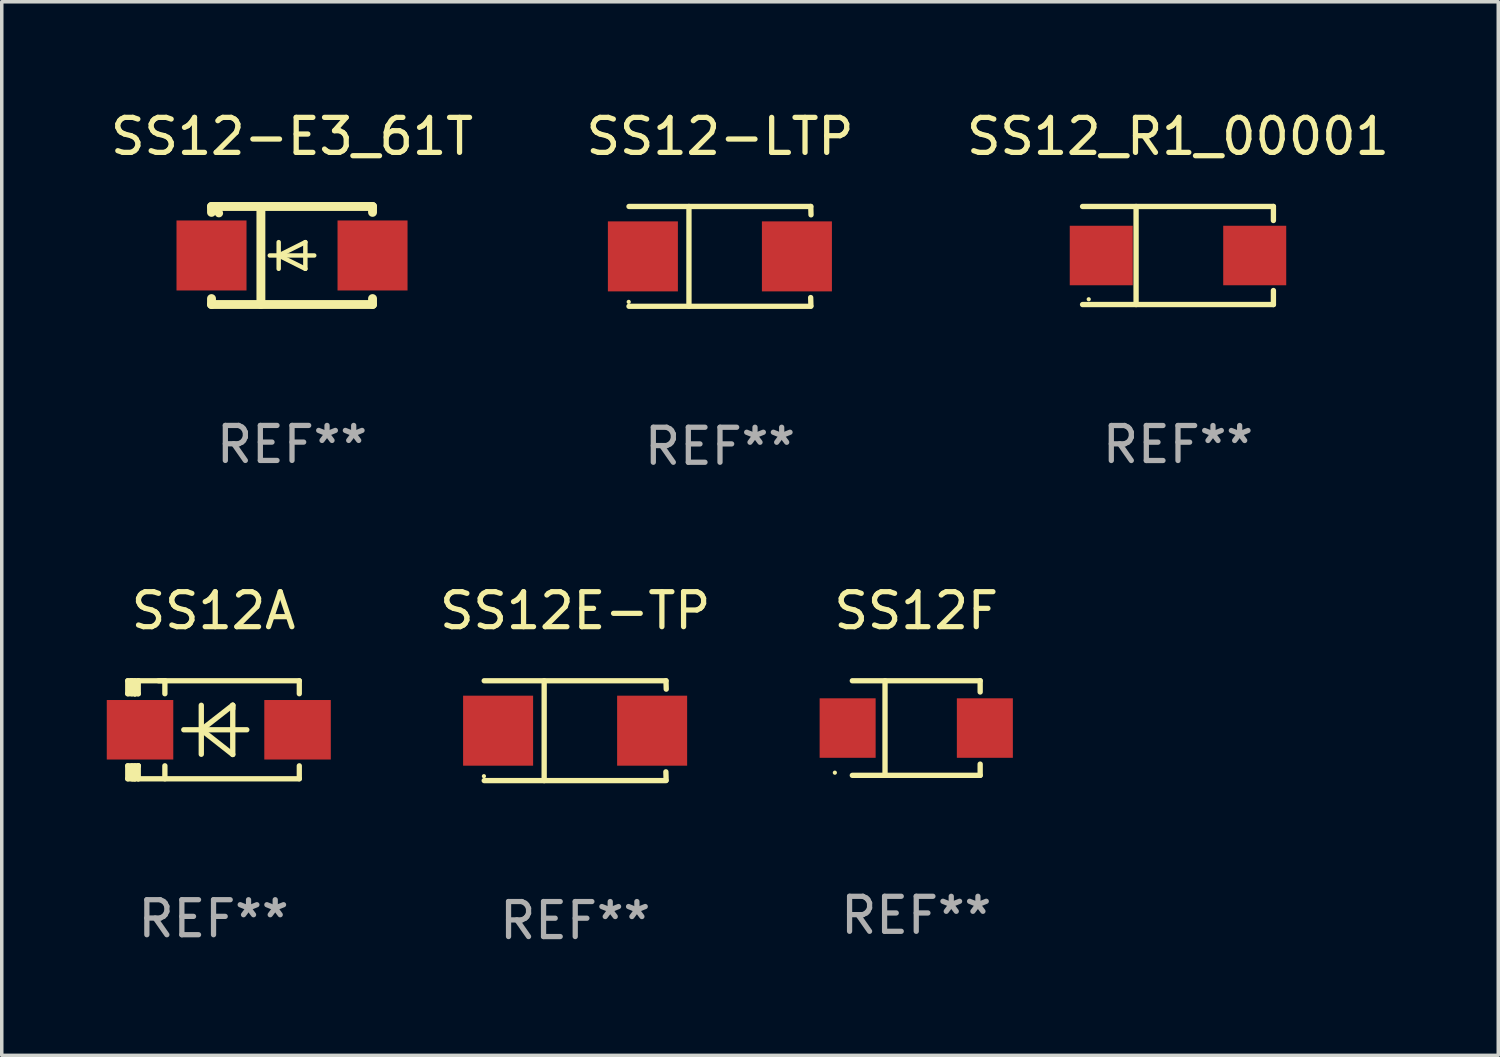
<source format=kicad_pcb>
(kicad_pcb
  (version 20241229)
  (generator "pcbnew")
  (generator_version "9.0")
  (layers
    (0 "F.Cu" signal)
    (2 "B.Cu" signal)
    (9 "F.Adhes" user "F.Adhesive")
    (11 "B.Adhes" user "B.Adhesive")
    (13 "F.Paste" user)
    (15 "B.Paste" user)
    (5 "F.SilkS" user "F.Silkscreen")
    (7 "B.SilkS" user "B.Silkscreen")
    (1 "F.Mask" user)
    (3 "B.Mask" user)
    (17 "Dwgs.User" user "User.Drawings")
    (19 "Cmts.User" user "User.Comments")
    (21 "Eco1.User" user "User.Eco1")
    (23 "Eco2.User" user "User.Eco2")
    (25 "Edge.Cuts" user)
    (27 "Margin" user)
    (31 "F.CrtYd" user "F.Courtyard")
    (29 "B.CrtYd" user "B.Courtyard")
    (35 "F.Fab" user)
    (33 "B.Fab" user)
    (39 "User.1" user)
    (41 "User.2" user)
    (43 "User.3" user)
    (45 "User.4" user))
  (footprint "SS12-E3_61T"
    (layer "F.Cu")
    (at 5.292 4.248)
    (property "Reference" "SS12-E3_61T" (at 0 -3.4 0) (layer "F.SilkS") (effects (font (size 1 1) (thickness 0.15))))
    (attr through_hole)
    (fp_line (start -2.3 -1.4) (end -2.3 -1.231) (stroke (width 0.254) (type solid)) (layer "F.SilkS"))
    (fp_line (start -2.3 -1.4) (end 2.3 -1.4) (stroke (width 0.254) (type solid)) (layer "F.SilkS"))
    (fp_line (start -2.3 1.231) (end -2.3 1.4) (stroke (width 0.254) (type solid)) (layer "F.SilkS"))
    (fp_line (start -2.3 1.4) (end 2.3 1.4) (stroke (width 0.254) (type solid)) (layer "F.SilkS"))
    (fp_line (start -0.889 1.4) (end -0.889 -1.4) (stroke (width 0.254) (type solid)) (layer "F.SilkS"))
    (fp_line (start -0.381 0) (end -0.381 -0.381) (stroke (width 0.127) (type solid)) (layer "F.SilkS"))
    (fp_line (start -0.381 0) (end -0.381 0.381) (stroke (width 0.127) (type solid)) (layer "F.SilkS"))
    (fp_line (start 0.381 -0.381) (end -0.381 0) (stroke (width 0.127) (type solid)) (layer "F.SilkS"))
    (fp_line (start 0.381 0) (end 0.381 -0.381) (stroke (width 0.127) (type solid)) (layer "F.SilkS"))
    (fp_line (start 0.381 0) (end 0.381 0.381) (stroke (width 0.127) (type solid)) (layer "F.SilkS"))
    (fp_line (start 0.381 0.381) (end -0.381 0) (stroke (width 0.127) (type solid)) (layer "F.SilkS"))
    (fp_line (start 0.635 0) (end -0.635 0) (stroke (width 0.127) (type solid)) (layer "F.SilkS"))
    (fp_line (start 2.3 -1.4) (end 2.3 -1.231) (stroke (width 0.254) (type solid)) (layer "F.SilkS"))
    (fp_line (start 2.3 1.231) (end 2.3 1.4) (stroke (width 0.254) (type solid)) (layer "F.SilkS"))
    (fp_circle (center -2.088 -1.208) (end -2.028 -1.208) (stroke (width 0.12) (type solid)) (fill no) (layer "F.SilkS"))
    (fp_text user "REF**" (at 0 5.4 0) (layer "F.Fab") (effects (font (size 1 1) (thickness 0.15))))
    (pad "1" smd rect (at -2.3 0 180) (size 2 2) (layers "F.Cu" "F.Mask" "F.Paste"))
    (pad "2" smd rect (at 2.3 0 180) (size 2 2) (layers "F.Cu" "F.Mask" "F.Paste")))
  (footprint "SS12F"
    (layer "F.Cu")
    (at 23.124 17.748)
    (property "Reference" "SS12F" (at 0 -3.351 0) (layer "F.SilkS") (effects (font (size 1 1) (thickness 0.15))))
    (attr through_hole)
    (fp_line (start -1.826 -1.351) (end 1.826 -1.351) (stroke (width 0.152) (type solid)) (layer "F.SilkS"))
    (fp_line (start -1.826 1.351) (end 1.826 1.351) (stroke (width 0.152) (type solid)) (layer "F.SilkS"))
    (fp_line (start -0.892 -1.351) (end -0.892 1.351) (stroke (width 0.152) (type solid)) (layer "F.SilkS"))
    (fp_line (start 1.826 -1.351) (end 1.826 -1.03) (stroke (width 0.152) (type solid)) (layer "F.SilkS"))
    (fp_line (start 1.826 1.03) (end 1.826 1.351) (stroke (width 0.152) (type solid)) (layer "F.SilkS"))
    (fp_circle (center -2.325 1.275) (end -2.295 1.275) (stroke (width 0.06) (type solid)) (fill no) (layer "F.SilkS"))
    (fp_text user "REF**" (at 0 5.351 0) (layer "F.Fab") (effects (font (size 1 1) (thickness 0.15))))
    (pad "1" smd rect (at -1.96 0 180) (size 1.6 1.7) (layers "F.Cu" "F.Mask" "F.Paste"))
    (pad "2" smd rect (at 1.96 0 180) (size 1.6 1.7) (layers "F.Cu" "F.Mask" "F.Paste")))
  (footprint "SS12_R1_00001"
    (layer "F.Cu")
    (at 30.601 4.249)
    (property "Reference" "SS12_R1_00001" (at 0 -3.401 0) (layer "F.SilkS") (effects (font (size 1 1) (thickness 0.15))))
    (attr through_hole)
    (fp_line (start -2.726 -1.401) (end 2.726 -1.401) (stroke (width 0.152) (type solid)) (layer "F.SilkS"))
    (fp_line (start -2.726 1.401) (end 2.726 1.401) (stroke (width 0.152) (type solid)) (layer "F.SilkS"))
    (fp_line (start -1.197 -1.401) (end -1.197 1.401) (stroke (width 0.152) (type solid)) (layer "F.SilkS"))
    (fp_line (start 2.726 -1.401) (end 2.726 -1) (stroke (width 0.152) (type solid)) (layer "F.SilkS"))
    (fp_line (start 2.726 1.401) (end 2.726 1) (stroke (width 0.152) (type solid)) (layer "F.SilkS"))
    (fp_circle (center -2.55 1.25) (end -2.52 1.25) (stroke (width 0.06) (type solid)) (fill no) (layer "F.SilkS"))
    (fp_text user "REF**" (at 0 5.401 0) (layer "F.Fab") (effects (font (size 1 1) (thickness 0.15))))
    (pad "1" smd rect (at -2.192 0) (size 1.8 1.7) (layers "F.Cu" "F.Mask" "F.Paste"))
    (pad "2" smd rect (at 2.192 0) (size 1.8 1.7) (layers "F.Cu" "F.Mask" "F.Paste")))
  (footprint "SS12E-TP"
    (layer "F.Cu")
    (at 13.382 17.823)
    (property "Reference" "SS12E-TP" (at 0 -3.426 0) (layer "F.SilkS") (effects (font (size 1 1) (thickness 0.15))))
    (attr through_hole)
    (fp_line (start -2.6 -1.426) (end 2.593 -1.426) (stroke (width 0.152) (type solid)) (layer "F.SilkS"))
    (fp_line (start -2.6 1.426) (end 2.593 1.426) (stroke (width 0.152) (type solid)) (layer "F.SilkS"))
    (fp_line (start -0.887 -1.426) (end -0.887 1.426) (stroke (width 0.152) (type solid)) (layer "F.SilkS"))
    (fp_line (start 2.59 1.176) (end 2.597 1.415) (stroke (width 0.152) (type solid)) (layer "F.SilkS"))
    (fp_line (start 2.593 -1.426) (end 2.6 -1.187) (stroke (width 0.152) (type solid)) (layer "F.SilkS"))
    (fp_circle (center -2.608 1.3) (end -2.578 1.3) (stroke (width 0.06) (type solid)) (fill no) (layer "F.SilkS"))
    (fp_text user "REF**" (at 0 5.426 0) (layer "F.Fab") (effects (font (size 1 1) (thickness 0.15))))
    (pad "1" smd rect (at -2.203 0 180) (size 2 2) (layers "F.Cu" "F.Mask" "F.Paste"))
    (pad "2" smd rect (at 2.197 0 180) (size 2 2) (layers "F.Cu" "F.Mask" "F.Paste")))
  (footprint "SS12A"
    (layer "F.Cu")
    (at 3.05 17.797)
    (property "Reference" "SS12A" (at 0 -3.4 0) (layer "F.SilkS") (effects (font (size 1 1) (thickness 0.15))))
    (attr through_hole)
    (fp_line (start -2.45 -1.4) (end -2.45 -1.03) (stroke (width 0.152) (type solid)) (layer "F.SilkS"))
    (fp_line (start -2.45 -1.03) (end -2.246 -1.03) (stroke (width 0.152) (type solid)) (layer "F.SilkS"))
    (fp_line (start -2.45 1.03) (end -2.45 1.4) (stroke (width 0.152) (type solid)) (layer "F.SilkS"))
    (fp_line (start -2.45 1.03) (end -2.15 1.03) (stroke (width 0.152) (type solid)) (layer "F.SilkS"))
    (fp_line (start -2.45 1.4) (end -2.15 1.4) (stroke (width 0.152) (type solid)) (layer "F.SilkS"))
    (fp_line (start -2.35 -1.4) (end -2.45 -1.4) (stroke (width 0.152) (type solid)) (layer "F.SilkS"))
    (fp_line (start -2.35 -1.4) (end -2.332 -1.4) (stroke (width 0.152) (type solid)) (layer "F.SilkS"))
    (fp_line (start -2.332 -1.4) (end -2.332 -1.03) (stroke (width 0.152) (type solid)) (layer "F.SilkS"))
    (fp_line (start -2.332 1.03) (end -2.332 1.4) (stroke (width 0.152) (type solid)) (layer "F.SilkS"))
    (fp_line (start -2.297 1.4) (end -2.246 1.4) (stroke (width 0.152) (type solid)) (layer "F.SilkS"))
    (fp_line (start -2.246 -1.03) (end -2.246 -1.4) (stroke (width 0.152) (type solid)) (layer "F.SilkS"))
    (fp_line (start -2.246 -1.029) (end -2.246 -1.03) (stroke (width 0.152) (type solid)) (layer "F.SilkS"))
    (fp_line (start -2.246 1.4) (end -2.246 1.03) (stroke (width 0.152) (type solid)) (layer "F.SilkS"))
    (fp_line (start -2.15 -1.4) (end -2.35 -1.4) (stroke (width 0.152) (type solid)) (layer "F.SilkS"))
    (fp_line (start -2.15 -1.4) (end 2.45 -1.4) (stroke (width 0.152) (type solid)) (layer "F.SilkS"))
    (fp_line (start -2.15 -1.029) (end -2.246 -1.029) (stroke (width 0.152) (type solid)) (layer "F.SilkS"))
    (fp_line (start -2.15 -1.029) (end -2.15 -1.4) (stroke (width 0.15) (type solid)) (layer "F.SilkS"))
    (fp_line (start -2.15 1.03) (end -2.15 1.029) (stroke (width 0.152) (type solid)) (layer "F.SilkS"))
    (fp_line (start -2.15 1.4) (end -2.15 1.029) (stroke (width 0.15) (type solid)) (layer "F.SilkS"))
    (fp_line (start -2.15 1.4) (end 2.45 1.4) (stroke (width 0.152) (type solid)) (layer "F.SilkS"))
    (fp_line (start -1.569 -1.4) (end -1.39 -1.4) (stroke (width 0.152) (type solid)) (layer "F.SilkS"))
    (fp_line (start -1.39 -1.4) (end -1.39 -1.03) (stroke (width 0.152) (type solid)) (layer "F.SilkS"))
    (fp_line (start -1.39 1.03) (end -1.39 1.4) (stroke (width 0.152) (type solid)) (layer "F.SilkS"))
    (fp_line (start -0.35 -0.7) (end -0.35 0.7) (stroke (width 0.152) (type solid)) (layer "F.SilkS"))
    (fp_line (start -0.35 0) (end 0.549 -0.701) (stroke (width 0.152) (type solid)) (layer "F.SilkS"))
    (fp_line (start 0.549 -0.701) (end 0.549 -0.599) (stroke (width 0.152) (type solid)) (layer "F.SilkS"))
    (fp_line (start 0.549 -0.701) (end 0.549 0.706) (stroke (width 0.152) (type solid)) (layer "F.SilkS"))
    (fp_line (start 0.549 0.706) (end -0.35 0) (stroke (width 0.152) (type solid)) (layer "F.SilkS"))
    (fp_line (start 0.95 0) (end -0.85 0) (stroke (width 0.152) (type solid)) (layer "F.SilkS"))
    (fp_line (start 2.45 -1.4) (end 2.45 -1.029) (stroke (width 0.15) (type solid)) (layer "F.SilkS"))
    (fp_line (start 2.45 1.029) (end 2.45 1.4) (stroke (width 0.15) (type solid)) (layer "F.SilkS"))
    (fp_circle (center -2.393 1.3) (end -2.363 1.3) (stroke (width 0.06) (type solid)) (fill no) (layer "F.SilkS"))
    (fp_text user "REF**" (at 0 5.4 0) (layer "F.Fab") (effects (font (size 1 1) (thickness 0.15))))
    (pad "1" smd rect (at -2.1 0 180) (size 1.9 1.7) (layers "F.Cu" "F.Mask" "F.Paste"))
    (pad "2" smd rect (at 2.4 0 180) (size 1.9 1.7) (layers "F.Cu" "F.Mask" "F.Paste")))
  (footprint "SS12-LTP"
    (layer "F.Cu")
    (at 17.518 4.274)
    (property "Reference" "SS12-LTP" (at 0 -3.426 0) (layer "F.SilkS") (effects (font (size 1 1) (thickness 0.15))))
    (attr through_hole)
    (fp_line (start -2.6 -1.426) (end 2.593 -1.426) (stroke (width 0.152) (type solid)) (layer "F.SilkS"))
    (fp_line (start -2.6 1.426) (end 2.593 1.426) (stroke (width 0.152) (type solid)) (layer "F.SilkS"))
    (fp_line (start -0.887 -1.426) (end -0.887 1.426) (stroke (width 0.152) (type solid)) (layer "F.SilkS"))
    (fp_line (start 2.59 1.176) (end 2.597 1.415) (stroke (width 0.152) (type solid)) (layer "F.SilkS"))
    (fp_line (start 2.593 -1.426) (end 2.6 -1.187) (stroke (width 0.152) (type solid)) (layer "F.SilkS"))
    (fp_circle (center -2.608 1.3) (end -2.578 1.3) (stroke (width 0.06) (type solid)) (fill no) (layer "F.SilkS"))
    (fp_text user "REF**" (at 0 5.426 0) (layer "F.Fab") (effects (font (size 1 1) (thickness 0.15))))
    (pad "1" smd rect (at -2.203 0 180) (size 2 2) (layers "F.Cu" "F.Mask" "F.Paste"))
    (pad "2" smd rect (at 2.197 0 180) (size 2 2) (layers "F.Cu" "F.Mask" "F.Paste")))
  (gr_rect
    (start -3 -3)
    (end 39.75 27.098)
    (stroke (width 0.1) (type default))
    (fill no)
    (layer "Edge.Cuts")))
</source>
